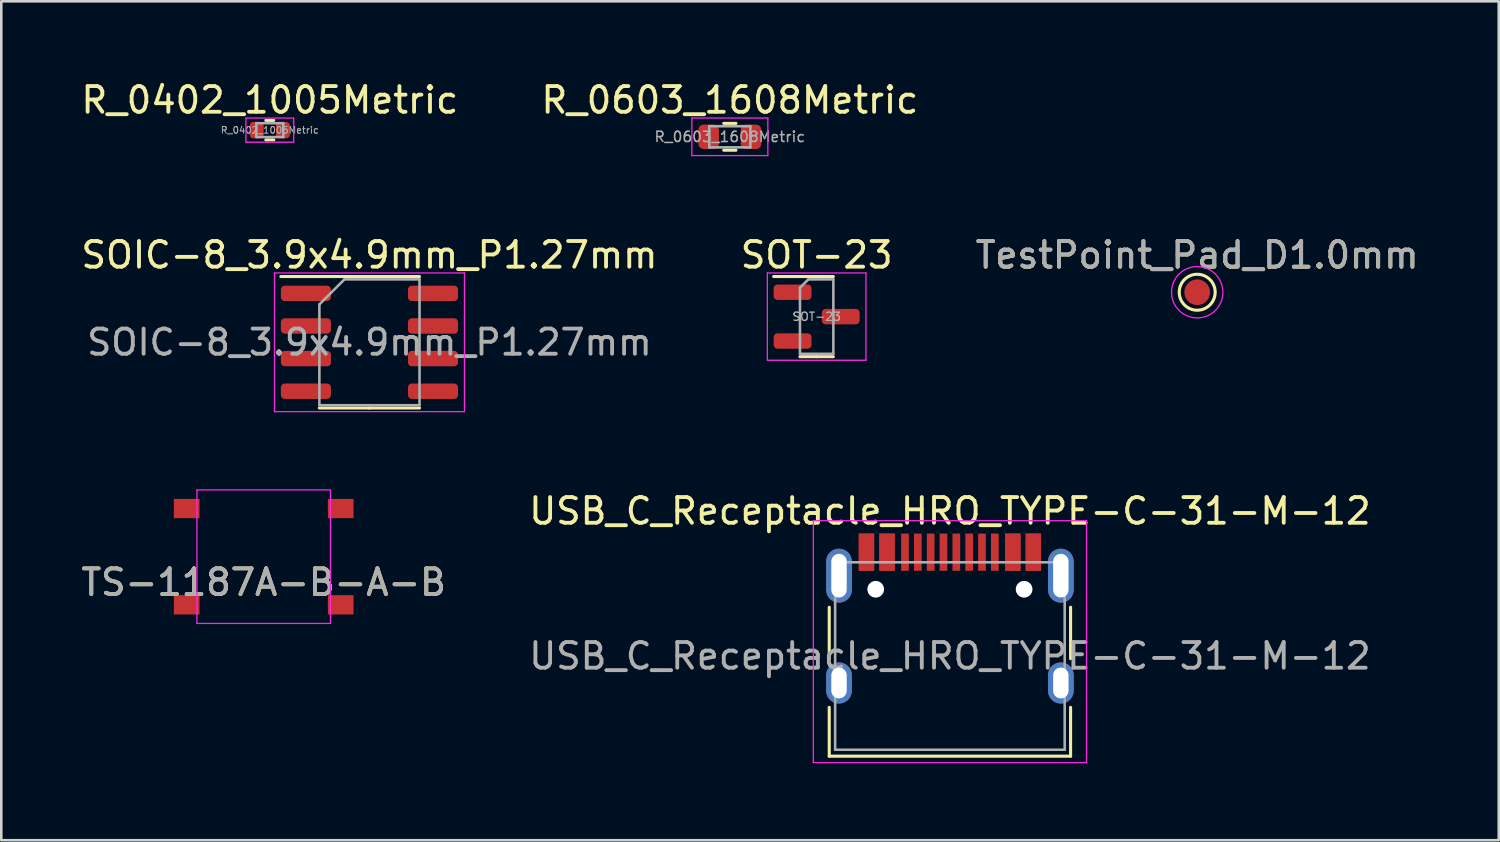
<source format=kicad_pcb>
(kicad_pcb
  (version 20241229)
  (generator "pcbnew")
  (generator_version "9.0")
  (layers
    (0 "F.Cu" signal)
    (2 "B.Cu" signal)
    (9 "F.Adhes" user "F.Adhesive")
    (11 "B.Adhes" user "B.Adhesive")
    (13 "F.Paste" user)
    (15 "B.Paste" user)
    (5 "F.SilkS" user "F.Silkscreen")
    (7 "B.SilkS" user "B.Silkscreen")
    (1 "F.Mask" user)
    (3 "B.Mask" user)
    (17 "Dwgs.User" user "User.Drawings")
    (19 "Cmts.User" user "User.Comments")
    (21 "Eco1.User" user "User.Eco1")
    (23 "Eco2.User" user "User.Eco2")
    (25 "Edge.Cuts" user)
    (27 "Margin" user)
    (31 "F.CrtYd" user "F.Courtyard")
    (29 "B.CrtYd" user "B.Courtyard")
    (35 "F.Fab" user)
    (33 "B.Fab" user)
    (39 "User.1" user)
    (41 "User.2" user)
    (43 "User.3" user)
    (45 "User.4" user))
  (footprint "USB_C_Receptacle_HRO_TYPE-C-31-M-12"
    (layer "F.Cu")
    (at 33.946 22.5)
    (property "Reference" "USB_C_Receptacle_HRO_TYPE-C-31-M-12" (at 0 -5.645 0) (layer "F.SilkS") (effects (font (size 1 1) (thickness 0.15))))
    (attr smd)
    (fp_line (start -4.7 -1.9) (end -4.7 0.1) (stroke (width 0.12) (type solid)) (layer "F.SilkS"))
    (fp_line (start -4.7 2) (end -4.7 3.9) (stroke (width 0.12) (type solid)) (layer "F.SilkS"))
    (fp_line (start -4.7 3.9) (end 4.7 3.9) (stroke (width 0.12) (type solid)) (layer "F.SilkS"))
    (fp_line (start 4.7 -1.9) (end 4.7 0.1) (stroke (width 0.12) (type solid)) (layer "F.SilkS"))
    (fp_line (start 4.7 2) (end 4.7 3.9) (stroke (width 0.12) (type solid)) (layer "F.SilkS"))
    (fp_line (start -5.32 -5.27) (end -5.32 4.15) (stroke (width 0.05) (type solid)) (layer "F.CrtYd"))
    (fp_line (start -5.32 -5.27) (end 5.32 -5.27) (stroke (width 0.05) (type solid)) (layer "F.CrtYd"))
    (fp_line (start -5.32 4.15) (end 5.32 4.15) (stroke (width 0.05) (type solid)) (layer "F.CrtYd"))
    (fp_line (start 5.32 -5.27) (end 5.32 4.15) (stroke (width 0.05) (type solid)) (layer "F.CrtYd"))
    (fp_line (start -4.47 -3.65) (end -4.47 3.65) (stroke (width 0.1) (type solid)) (layer "F.Fab"))
    (fp_line (start -4.47 -3.65) (end 4.47 -3.65) (stroke (width 0.1) (type solid)) (layer "F.Fab"))
    (fp_line (start -4.47 3.65) (end 4.47 3.65) (stroke (width 0.1) (type solid)) (layer "F.Fab"))
    (fp_line (start 4.47 -3.65) (end 4.47 3.65) (stroke (width 0.1) (type solid)) (layer "F.Fab"))
    (fp_text user "${REFERENCE}" (at 0 0 0) (layer "F.Fab") (effects (font (size 1 1) (thickness 0.15))))
    (pad "" np_thru_hole circle (at -2.89 -2.6) (size 0.65 0.65) (drill 0.65) (layers "*.Cu" "*.Mask"))
    (pad "" np_thru_hole circle (at 2.89 -2.6) (size 0.65 0.65) (drill 0.65) (layers "*.Cu" "*.Mask"))
    (pad "A1" smd rect (at -3.25 -4.045) (size 0.6 1.45) (layers "F.Cu" "F.Mask" "F.Paste"))
    (pad "A4" smd rect (at -2.45 -4.045) (size 0.6 1.45) (layers "F.Cu" "F.Mask" "F.Paste"))
    (pad "A5" smd rect (at -1.25 -4.045) (size 0.3 1.45) (layers "F.Cu" "F.Mask" "F.Paste"))
    (pad "A6" smd rect (at -0.25 -4.045) (size 0.3 1.45) (layers "F.Cu" "F.Mask" "F.Paste"))
    (pad "A7" smd rect (at 0.25 -4.045) (size 0.3 1.45) (layers "F.Cu" "F.Mask" "F.Paste"))
    (pad "A8" smd rect (at 1.25 -4.045) (size 0.3 1.45) (layers "F.Cu" "F.Mask" "F.Paste"))
    (pad "A9" smd rect (at 2.45 -4.045) (size 0.6 1.45) (layers "F.Cu" "F.Mask" "F.Paste"))
    (pad "A12" smd rect (at 3.25 -4.045) (size 0.6 1.45) (layers "F.Cu" "F.Mask" "F.Paste"))
    (pad "B1" smd rect (at 3.25 -4.045) (size 0.6 1.45) (layers "F.Cu" "F.Mask" "F.Paste"))
    (pad "B4" smd rect (at 2.45 -4.045) (size 0.6 1.45) (layers "F.Cu" "F.Mask" "F.Paste"))
    (pad "B5" smd rect (at 1.75 -4.045) (size 0.3 1.45) (layers "F.Cu" "F.Mask" "F.Paste"))
    (pad "B6" smd rect (at 0.75 -4.045) (size 0.3 1.45) (layers "F.Cu" "F.Mask" "F.Paste"))
    (pad "B7" smd rect (at -0.75 -4.045) (size 0.3 1.45) (layers "F.Cu" "F.Mask" "F.Paste"))
    (pad "B8" smd rect (at -1.75 -4.045) (size 0.3 1.45) (layers "F.Cu" "F.Mask" "F.Paste"))
    (pad "B9" smd rect (at -2.45 -4.045) (size 0.6 1.45) (layers "F.Cu" "F.Mask" "F.Paste"))
    (pad "B12" smd rect (at -3.25 -4.045) (size 0.6 1.45) (layers "F.Cu" "F.Mask" "F.Paste"))
    (pad "S1" thru_hole oval (at -4.32 -3.13) (size 1 2.1) (drill oval 0.6 1.7) (layers "*.Cu" "*.Mask"))
    (pad "S1" thru_hole oval (at -4.32 1.05) (size 1 1.6) (drill oval 0.6 1.2) (layers "*.Cu" "*.Mask"))
    (pad "S1" thru_hole oval (at 4.32 -3.13) (size 1 2.1) (drill oval 0.6 1.7) (layers "*.Cu" "*.Mask"))
    (pad "S1" thru_hole oval (at 4.32 1.05) (size 1 1.6) (drill oval 0.6 1.2) (layers "*.Cu" "*.Mask")))
  (footprint "TS-1187A-B-A-B"
    (layer "F.Cu")
    (at 7.22 18.631)
    (property "Reference" "TS-1187A-B-A-B" (at 0 1 0) (layer "F.SilkS") (effects (font (size 1 1) (thickness 0.15))))
    (attr smd)
    (fp_line (start -2.6 -2.6) (end 2.6 -2.6) (stroke (width 0.05) (type solid)) (layer "F.CrtYd"))
    (fp_line (start -2.6 2.6) (end -2.6 -2.6) (stroke (width 0.05) (type solid)) (layer "F.CrtYd"))
    (fp_line (start 2.6 -2.6) (end 2.6 2.6) (stroke (width 0.05) (type solid)) (layer "F.CrtYd"))
    (fp_line (start 2.6 2.6) (end -2.6 2.6) (stroke (width 0.05) (type solid)) (layer "F.CrtYd"))
    (fp_text user "${REFERENCE}" (at 0 1 0) (layer "F.Fab") (effects (font (size 1 1) (thickness 0.15))))
    (pad "1" smd rect (at -3 -1.875) (size 1 0.75) (layers "F.Cu" "F.Mask" "F.Paste"))
    (pad "1" smd rect (at 3 -1.875) (size 1 0.75) (layers "F.Cu" "F.Mask" "F.Paste"))
    (pad "2" smd rect (at -3 1.875) (size 1 0.75) (layers "F.Cu" "F.Mask" "F.Paste"))
    (pad "2" smd rect (at 3 1.875) (size 1 0.75) (layers "F.Cu" "F.Mask" "F.Paste")))
  (footprint "R_0402_1005Metric"
    (layer "F.Cu")
    (at 7.458 2.018)
    (property "Reference" "R_0402_1005Metric" (at 0 -1.17 0) (layer "F.SilkS") (effects (font (size 1 1) (thickness 0.15))))
    (attr smd exclude_from_bom)
    (fp_line (start -0.154 -0.38) (end 0.154 -0.38) (stroke (width 0.12) (type solid)) (layer "F.SilkS"))
    (fp_line (start -0.154 0.38) (end 0.154 0.38) (stroke (width 0.12) (type solid)) (layer "F.SilkS"))
    (fp_line (start -0.93 -0.47) (end 0.93 -0.47) (stroke (width 0.05) (type solid)) (layer "F.CrtYd"))
    (fp_line (start -0.93 0.47) (end -0.93 -0.47) (stroke (width 0.05) (type solid)) (layer "F.CrtYd"))
    (fp_line (start 0.93 -0.47) (end 0.93 0.47) (stroke (width 0.05) (type solid)) (layer "F.CrtYd"))
    (fp_line (start 0.93 0.47) (end -0.93 0.47) (stroke (width 0.05) (type solid)) (layer "F.CrtYd"))
    (fp_line (start -0.525 -0.27) (end 0.525 -0.27) (stroke (width 0.1) (type solid)) (layer "F.Fab"))
    (fp_line (start -0.525 0.27) (end -0.525 -0.27) (stroke (width 0.1) (type solid)) (layer "F.Fab"))
    (fp_line (start 0.525 -0.27) (end 0.525 0.27) (stroke (width 0.1) (type solid)) (layer "F.Fab"))
    (fp_line (start 0.525 0.27) (end -0.525 0.27) (stroke (width 0.1) (type solid)) (layer "F.Fab"))
    (fp_text user "${REFERENCE}" (at 0 0 0) (layer "F.Fab") (effects (font (size 0.26 0.26) (thickness 0.04))))
    (pad "1" smd roundrect (at -0.51 0) (size 0.54 0.64) (layers "F.Cu" "F.Mask" "F.Paste") (roundrect_rratio 0.25))
    (pad "2" smd roundrect (at 0.51 0) (size 0.54 0.64) (layers "F.Cu" "F.Mask" "F.Paste") (roundrect_rratio 0.25)))
  (footprint "R_0603_1608Metric"
    (layer "F.Cu")
    (at 25.375 2.278)
    (property "Reference" "R_0603_1608Metric" (at 0 -1.43 0) (layer "F.SilkS") (effects (font (size 1 1) (thickness 0.15))))
    (attr smd)
    (fp_line (start -0.237 -0.522) (end 0.237 -0.522) (stroke (width 0.12) (type solid)) (layer "F.SilkS"))
    (fp_line (start -0.237 0.522) (end 0.237 0.522) (stroke (width 0.12) (type solid)) (layer "F.SilkS"))
    (fp_line (start -1.48 -0.73) (end 1.48 -0.73) (stroke (width 0.05) (type solid)) (layer "F.CrtYd"))
    (fp_line (start -1.48 0.73) (end -1.48 -0.73) (stroke (width 0.05) (type solid)) (layer "F.CrtYd"))
    (fp_line (start 1.48 -0.73) (end 1.48 0.73) (stroke (width 0.05) (type solid)) (layer "F.CrtYd"))
    (fp_line (start 1.48 0.73) (end -1.48 0.73) (stroke (width 0.05) (type solid)) (layer "F.CrtYd"))
    (fp_line (start -0.8 -0.412) (end 0.8 -0.412) (stroke (width 0.1) (type solid)) (layer "F.Fab"))
    (fp_line (start -0.8 0.412) (end -0.8 -0.412) (stroke (width 0.1) (type solid)) (layer "F.Fab"))
    (fp_line (start 0.8 -0.412) (end 0.8 0.412) (stroke (width 0.1) (type solid)) (layer "F.Fab"))
    (fp_line (start 0.8 0.412) (end -0.8 0.412) (stroke (width 0.1) (type solid)) (layer "F.Fab"))
    (fp_text user "${REFERENCE}" (at 0 0 0) (layer "F.Fab") (effects (font (size 0.4 0.4) (thickness 0.06))))
    (pad "1" smd roundrect (at -0.825 0) (size 0.8 0.95) (layers "F.Cu" "F.Mask" "F.Paste") (roundrect_rratio 0.25))
    (pad "2" smd roundrect (at 0.825 0) (size 0.8 0.95) (layers "F.Cu" "F.Mask" "F.Paste") (roundrect_rratio 0.25)))
  (footprint "SOT-23"
    (layer "F.Cu")
    (at 28.756 9.281)
    (property "Reference" "SOT-23" (at 0 -2.4 0) (layer "F.SilkS") (effects (font (size 1 1) (thickness 0.15))))
    (attr smd)
    (fp_line (start 0 -1.56) (end -1.675 -1.56) (stroke (width 0.12) (type solid)) (layer "F.SilkS"))
    (fp_line (start 0 -1.56) (end 0.65 -1.56) (stroke (width 0.12) (type solid)) (layer "F.SilkS"))
    (fp_line (start 0 1.56) (end -0.65 1.56) (stroke (width 0.12) (type solid)) (layer "F.SilkS"))
    (fp_line (start 0 1.56) (end 0.65 1.56) (stroke (width 0.12) (type solid)) (layer "F.SilkS"))
    (fp_line (start -1.92 -1.7) (end -1.92 1.7) (stroke (width 0.05) (type solid)) (layer "F.CrtYd"))
    (fp_line (start -1.92 1.7) (end 1.92 1.7) (stroke (width 0.05) (type solid)) (layer "F.CrtYd"))
    (fp_line (start 1.92 -1.7) (end -1.92 -1.7) (stroke (width 0.05) (type solid)) (layer "F.CrtYd"))
    (fp_line (start 1.92 1.7) (end 1.92 -1.7) (stroke (width 0.05) (type solid)) (layer "F.CrtYd"))
    (fp_line (start -0.65 -1.125) (end -0.325 -1.45) (stroke (width 0.1) (type solid)) (layer "F.Fab"))
    (fp_line (start -0.65 1.45) (end -0.65 -1.125) (stroke (width 0.1) (type solid)) (layer "F.Fab"))
    (fp_line (start -0.325 -1.45) (end 0.65 -1.45) (stroke (width 0.1) (type solid)) (layer "F.Fab"))
    (fp_line (start 0.65 -1.45) (end 0.65 1.45) (stroke (width 0.1) (type solid)) (layer "F.Fab"))
    (fp_line (start 0.65 1.45) (end -0.65 1.45) (stroke (width 0.1) (type solid)) (layer "F.Fab"))
    (fp_text user "${REFERENCE}" (at 0 0 0) (layer "F.Fab") (effects (font (size 0.32 0.32) (thickness 0.05))))
    (pad "1" smd roundrect (at -0.938 -0.95) (size 1.475 0.6) (layers "F.Cu" "F.Mask" "F.Paste") (roundrect_rratio 0.25))
    (pad "2" smd roundrect (at -0.938 0.95) (size 1.475 0.6) (layers "F.Cu" "F.Mask" "F.Paste") (roundrect_rratio 0.25))
    (pad "3" smd roundrect (at 0.938 0) (size 1.475 0.6) (layers "F.Cu" "F.Mask" "F.Paste") (roundrect_rratio 0.25)))
  (footprint "SOIC-8_3.9x4.9mm_P1.27mm"
    (layer "F.Cu")
    (at 11.339 10.281)
    (property "Reference" "SOIC-8_3.9x4.9mm_P1.27mm" (at 0 -3.4 0) (layer "F.SilkS") (effects (font (size 1 1) (thickness 0.15))))
    (attr smd)
    (fp_line (start 0 -2.56) (end -3.45 -2.56) (stroke (width 0.12) (type solid)) (layer "F.SilkS"))
    (fp_line (start 0 -2.56) (end 1.95 -2.56) (stroke (width 0.12) (type solid)) (layer "F.SilkS"))
    (fp_line (start 0 2.56) (end -1.95 2.56) (stroke (width 0.12) (type solid)) (layer "F.SilkS"))
    (fp_line (start 0 2.56) (end 1.95 2.56) (stroke (width 0.12) (type solid)) (layer "F.SilkS"))
    (fp_line (start -3.7 -2.7) (end -3.7 2.7) (stroke (width 0.05) (type solid)) (layer "F.CrtYd"))
    (fp_line (start -3.7 2.7) (end 3.7 2.7) (stroke (width 0.05) (type solid)) (layer "F.CrtYd"))
    (fp_line (start 3.7 -2.7) (end -3.7 -2.7) (stroke (width 0.05) (type solid)) (layer "F.CrtYd"))
    (fp_line (start 3.7 2.7) (end 3.7 -2.7) (stroke (width 0.05) (type solid)) (layer "F.CrtYd"))
    (fp_line (start -1.95 -1.475) (end -0.975 -2.45) (stroke (width 0.1) (type solid)) (layer "F.Fab"))
    (fp_line (start -1.95 2.45) (end -1.95 -1.475) (stroke (width 0.1) (type solid)) (layer "F.Fab"))
    (fp_line (start -0.975 -2.45) (end 1.95 -2.45) (stroke (width 0.1) (type solid)) (layer "F.Fab"))
    (fp_line (start 1.95 -2.45) (end 1.95 2.45) (stroke (width 0.1) (type solid)) (layer "F.Fab"))
    (fp_line (start 1.95 2.45) (end -1.95 2.45) (stroke (width 0.1) (type solid)) (layer "F.Fab"))
    (fp_text user "${REFERENCE}" (at 0 0 0) (layer "F.Fab") (effects (font (size 0.98 0.98) (thickness 0.15))))
    (pad "1" smd roundrect (at -2.475 -1.905) (size 1.95 0.6) (layers "F.Cu" "F.Mask" "F.Paste") (roundrect_rratio 0.25))
    (pad "2" smd roundrect (at -2.475 -0.635) (size 1.95 0.6) (layers "F.Cu" "F.Mask" "F.Paste") (roundrect_rratio 0.25))
    (pad "3" smd roundrect (at -2.475 0.635) (size 1.95 0.6) (layers "F.Cu" "F.Mask" "F.Paste") (roundrect_rratio 0.25))
    (pad "4" smd roundrect (at -2.475 1.905) (size 1.95 0.6) (layers "F.Cu" "F.Mask" "F.Paste") (roundrect_rratio 0.25))
    (pad "5" smd roundrect (at 2.475 1.905) (size 1.95 0.6) (layers "F.Cu" "F.Mask" "F.Paste") (roundrect_rratio 0.25))
    (pad "6" smd roundrect (at 2.475 0.635) (size 1.95 0.6) (layers "F.Cu" "F.Mask" "F.Paste") (roundrect_rratio 0.25))
    (pad "7" smd roundrect (at 2.475 -0.635) (size 1.95 0.6) (layers "F.Cu" "F.Mask" "F.Paste") (roundrect_rratio 0.25))
    (pad "8" smd roundrect (at 2.475 -1.905) (size 1.95 0.6) (layers "F.Cu" "F.Mask" "F.Paste") (roundrect_rratio 0.25)))
  (footprint "TestPoint_Pad_D1.0mm"
    (layer "F.Cu")
    (at 43.577 8.332)
    (property "Reference" "TestPoint_Pad_D1.0mm" (at 0 -1.448 0) (layer "F.SilkS") (effects (font (size 1 1) (thickness 0.15))))
    (attr exclude_from_pos_files)
    (fp_circle (center 0 0) (end 0 0.7) (stroke (width 0.12) (type solid)) (fill no) (layer "F.SilkS"))
    (fp_circle (center 0 0) (end 1 0) (stroke (width 0.05) (type solid)) (fill no) (layer "F.CrtYd"))
    (fp_text user "${REFERENCE}" (at 0 -1.45 0) (layer "F.Fab") (effects (font (size 1 1) (thickness 0.15))))
    (pad "1" smd circle (at 0 0) (size 1 1) (layers "F.Cu" "F.Mask")))
  (gr_rect
    (start -3 -3)
    (end 55.321 29.675)
    (stroke (width 0.1) (type default))
    (fill no)
    (layer "Edge.Cuts")))
</source>
